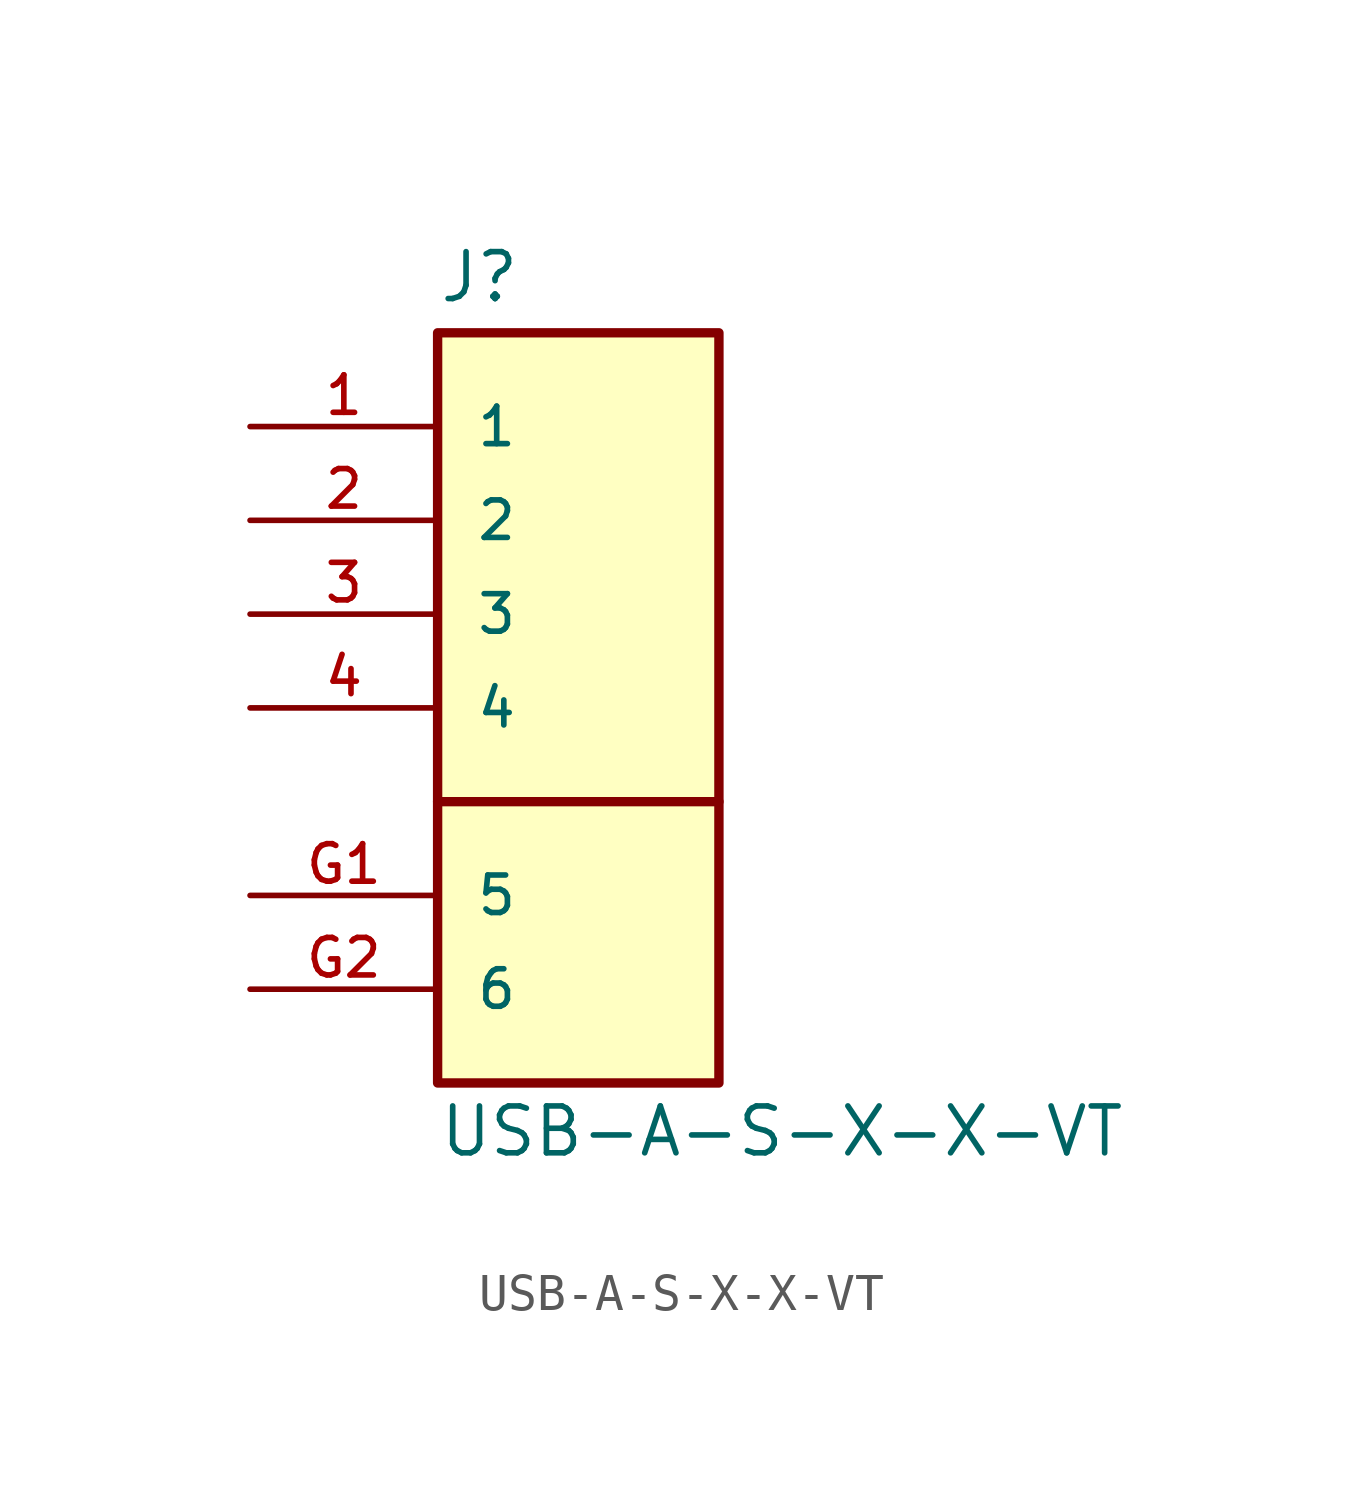
<source format=kicad_sym>
(kicad_symbol_lib
  (version 20211014)
  (generator kicad_symbol_editor)
  (symbol "USB-A-S-X-X-VT"
    (pin_names
      (offset 1.016))
    (property "Reference" "J"
      (at 5.085 3.305 0)
      (effects (font (size 1.27 1.27)) (justify bottom left)))
    (property "Value" "USB-A-S-X-X-VT"
      (at 5.086 -19.835 0)
      (effects (font (size 1.27 1.27)) (justify bottom left)))
    (symbol "USB-A-S-X-X-VT_0_0"
      (polyline (pts (xy 5.08 -10.16) (xy 12.7 -10.16)) (stroke (width 0.254)))
      (rectangle (start 5.08 -17.78) (end 12.7 2.54) (stroke (width 0.254)) (fill (type background)))
      (pin bidirectional line (at 0.0 0.0 0) (length 5.08) (name "1" (effects (font (size 1.016 1.016)))) (number "1" (effects (font (size 1.016 1.016)))))
      (pin bidirectional line (at 0.0 -2.54 0) (length 5.08) (name "2" (effects (font (size 1.016 1.016)))) (number "2" (effects (font (size 1.016 1.016)))))
      (pin bidirectional line (at 0.0 -5.08 0) (length 5.08) (name "3" (effects (font (size 1.016 1.016)))) (number "3" (effects (font (size 1.016 1.016)))))
      (pin bidirectional line (at 0.0 -7.62 0) (length 5.08) (name "4" (effects (font (size 1.016 1.016)))) (number "4" (effects (font (size 1.016 1.016)))))
      (pin bidirectional line (at 0.0 -12.7 0) (length 5.08) (name "5" (effects (font (size 1.016 1.016)))) (number "G1" (effects (font (size 1.016 1.016)))))
      (pin bidirectional line (at 0.0 -15.24 0) (length 5.08) (name "6" (effects (font (size 1.016 1.016)))) (number "G2" (effects (font (size 1.016 1.016))))))))
</source>
